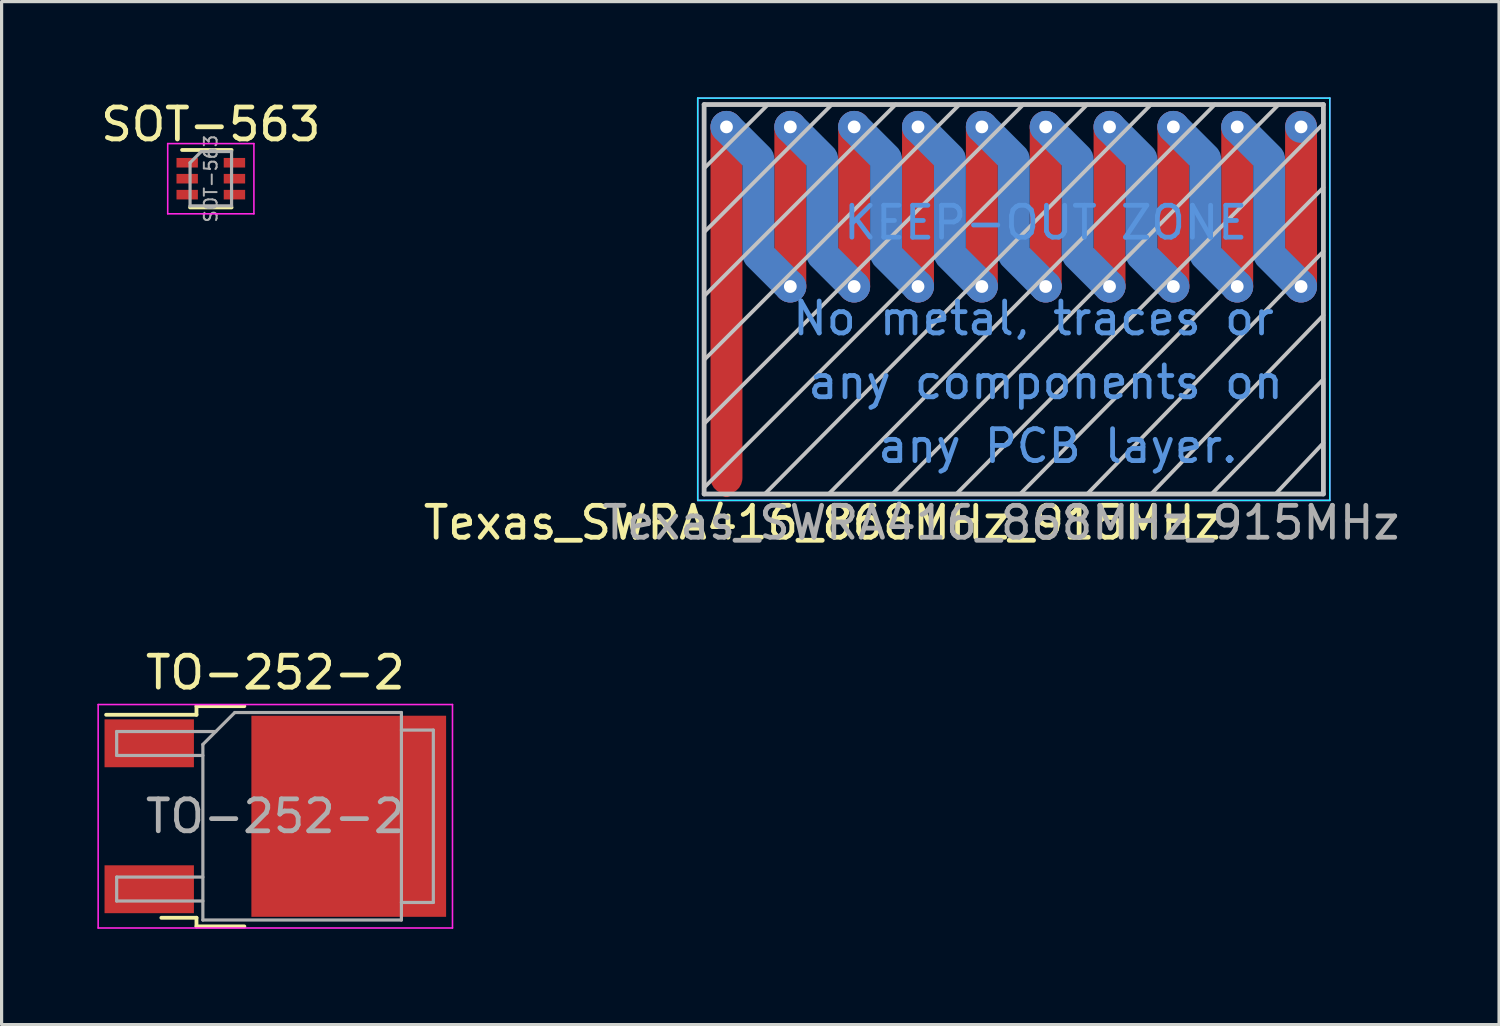
<source format=kicad_pcb>
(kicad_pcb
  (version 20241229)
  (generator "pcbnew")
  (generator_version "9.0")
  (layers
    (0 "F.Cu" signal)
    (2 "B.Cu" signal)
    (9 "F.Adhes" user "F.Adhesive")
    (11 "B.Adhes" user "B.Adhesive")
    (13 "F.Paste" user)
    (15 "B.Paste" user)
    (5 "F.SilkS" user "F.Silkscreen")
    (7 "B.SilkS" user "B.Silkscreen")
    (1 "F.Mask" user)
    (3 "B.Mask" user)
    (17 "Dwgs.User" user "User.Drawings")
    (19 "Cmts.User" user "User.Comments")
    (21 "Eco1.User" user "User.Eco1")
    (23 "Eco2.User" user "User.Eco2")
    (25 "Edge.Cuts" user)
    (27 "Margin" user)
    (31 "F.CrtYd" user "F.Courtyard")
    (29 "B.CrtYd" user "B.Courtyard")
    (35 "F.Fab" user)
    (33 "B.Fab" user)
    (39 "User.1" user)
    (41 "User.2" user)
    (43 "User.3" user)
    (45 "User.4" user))
  (footprint "SOT-563"
    (layer "F.Cu")
    (at 3.554 2.548)
    (property "Reference" "SOT-563" (at 0 -1.7 0) (layer "F.SilkS") (effects (font (size 1 1) (thickness 0.15))))
    (attr smd)
    (fp_line (start -0.9 -0.9) (end 0.65 -0.9) (stroke (width 0.12) (type solid)) (layer "F.SilkS"))
    (fp_line (start 0.65 0.9) (end -0.65 0.9) (stroke (width 0.12) (type solid)) (layer "F.SilkS"))
    (fp_line (start -1.35 -1.1) (end -1.35 1.1) (stroke (width 0.05) (type solid)) (layer "F.CrtYd"))
    (fp_line (start -1.35 -1.1) (end 1.35 -1.1) (stroke (width 0.05) (type solid)) (layer "F.CrtYd"))
    (fp_line (start 1.35 1.1) (end -1.35 1.1) (stroke (width 0.05) (type solid)) (layer "F.CrtYd"))
    (fp_line (start 1.35 1.1) (end 1.35 -1.1) (stroke (width 0.05) (type solid)) (layer "F.CrtYd"))
    (fp_line (start -0.65 -0.5) (end -0.65 0.85) (stroke (width 0.1) (type solid)) (layer "F.Fab"))
    (fp_line (start -0.65 -0.5) (end -0.3 -0.85) (stroke (width 0.1) (type solid)) (layer "F.Fab"))
    (fp_line (start -0.65 0.85) (end 0.65 0.85) (stroke (width 0.1) (type solid)) (layer "F.Fab"))
    (fp_line (start 0.65 -0.85) (end -0.3 -0.85) (stroke (width 0.1) (type solid)) (layer "F.Fab"))
    (fp_line (start 0.65 0.85) (end 0.65 -0.85) (stroke (width 0.1) (type solid)) (layer "F.Fab"))
    (fp_text user "${REFERENCE}" (at 0 0 90) (layer "F.Fab") (effects (font (size 0.4 0.4) (thickness 0.062))))
    (pad "1" smd rect (at -0.74 -0.5) (size 0.67 0.3) (layers "F.Cu" "F.Mask" "F.Paste"))
    (pad "2" smd rect (at -0.74 0) (size 0.67 0.3) (layers "F.Cu" "F.Mask" "F.Paste"))
    (pad "3" smd rect (at -0.74 0.5) (size 0.67 0.3) (layers "F.Cu" "F.Mask" "F.Paste"))
    (pad "4" smd rect (at 0.74 0.5) (size 0.67 0.3) (layers "F.Cu" "F.Mask" "F.Paste"))
    (pad "5" smd rect (at 0.74 0) (size 0.67 0.3) (layers "F.Cu" "F.Mask" "F.Paste"))
    (pad "6" smd rect (at 0.74 -0.5) (size 0.67 0.3) (layers "F.Cu" "F.Mask" "F.Paste")))
  (footprint "Texas_SWRA416_868MHz_915MHz"
    (layer "F.Cu")
    (at 28.708 6.725)
    (property "Reference" "Texas_SWRA416_868MHz_915MHz" (at -6 6.6 0) (layer "F.SilkS") (effects (font (size 1 1) (thickness 0.15))))
    (attr smd)
    (fp_line (start -9.7 -6.5) (end -9.7 5.7) (stroke (width 0.15) (type solid)) (layer "Dwgs.User"))
    (fp_line (start -9.7 -4.5) (end -7.7 -6.5) (stroke (width 0.12) (type solid)) (layer "Dwgs.User"))
    (fp_line (start -9.7 -2.5) (end -5.7 -6.5) (stroke (width 0.12) (type solid)) (layer "Dwgs.User"))
    (fp_line (start -9.7 -0.5) (end -3.7 -6.5) (stroke (width 0.12) (type solid)) (layer "Dwgs.User"))
    (fp_line (start -9.7 1.5) (end -1.7 -6.5) (stroke (width 0.12) (type solid)) (layer "Dwgs.User"))
    (fp_line (start -9.7 3.5) (end 0.3 -6.5) (stroke (width 0.12) (type solid)) (layer "Dwgs.User"))
    (fp_line (start -9.7 5.5) (end 2.3 -6.5) (stroke (width 0.12) (type solid)) (layer "Dwgs.User"))
    (fp_line (start -9.7 5.7) (end 9.7 5.7) (stroke (width 0.15) (type solid)) (layer "Dwgs.User"))
    (fp_line (start 4.3 -6.5) (end -7.8 5.7) (stroke (width 0.12) (type solid)) (layer "Dwgs.User"))
    (fp_line (start 6.3 -6.5) (end -5.8 5.7) (stroke (width 0.12) (type solid)) (layer "Dwgs.User"))
    (fp_line (start 8.3 -6.5) (end -3.8 5.7) (stroke (width 0.12) (type solid)) (layer "Dwgs.User"))
    (fp_line (start 9.7 -6.5) (end -9.7 -6.5) (stroke (width 0.15) (type solid)) (layer "Dwgs.User"))
    (fp_line (start 9.7 -5.9) (end -1.8 5.7) (stroke (width 0.12) (type solid)) (layer "Dwgs.User"))
    (fp_line (start 9.7 -3.9) (end 0.2 5.7) (stroke (width 0.12) (type solid)) (layer "Dwgs.User"))
    (fp_line (start 9.7 -1.9) (end 2.3 5.7) (stroke (width 0.12) (type solid)) (layer "Dwgs.User"))
    (fp_line (start 9.7 0.1) (end 4.3 5.7) (stroke (width 0.12) (type solid)) (layer "Dwgs.User"))
    (fp_line (start 9.7 2.1) (end 6.2 5.7) (stroke (width 0.12) (type solid)) (layer "Dwgs.User"))
    (fp_line (start 9.7 4.1) (end 8.2 5.7) (stroke (width 0.12) (type solid)) (layer "Dwgs.User"))
    (fp_line (start 9.7 5.7) (end 9.7 -6.5) (stroke (width 0.15) (type solid)) (layer "Dwgs.User"))
    (fp_line (start -9.9 -6.7) (end -9.9 5.9) (stroke (width 0.05) (type solid)) (layer "B.CrtYd"))
    (fp_line (start -9.9 5.9) (end 9.9 5.9) (stroke (width 0.05) (type solid)) (layer "B.CrtYd"))
    (fp_line (start 9.9 -6.7) (end -9.9 -6.7) (stroke (width 0.05) (type solid)) (layer "B.CrtYd"))
    (fp_line (start 9.9 5.9) (end 9.9 -6.7) (stroke (width 0.05) (type solid)) (layer "B.CrtYd"))
    (fp_line (start -9.9 -6.7) (end -9.9 5.9) (stroke (width 0.05) (type solid)) (layer "F.CrtYd"))
    (fp_line (start -9.9 5.9) (end 9.9 5.9) (stroke (width 0.05) (type solid)) (layer "F.CrtYd"))
    (fp_line (start 9.9 -6.7) (end -9.9 -6.7) (stroke (width 0.05) (type solid)) (layer "F.CrtYd"))
    (fp_line (start 9.9 5.9) (end 9.9 -6.7) (stroke (width 0.05) (type solid)) (layer "F.CrtYd"))
    (fp_text user "KEEP-OUT ZONE" (at 1 -2.8 0) (layer "Cmts.User") (effects (font (size 1 1) (thickness 0.15))))
    (fp_text user "No metal, traces or " (at 1 0.2 0) (layer "Cmts.User") (effects (font (size 1 1) (thickness 0.15))))
    (fp_text user " any PCB layer." (at 1 4.2 0) (layer "Cmts.User") (effects (font (size 1 1) (thickness 0.15))))
    (fp_text user "any components on" (at 1 2.2 0) (layer "Cmts.User") (effects (font (size 1 1) (thickness 0.15))))
    (fp_text user "${REFERENCE}" (at -0.4 6.6 0) (layer "F.Fab") (effects (font (size 1 1) (thickness 0.15))))
    (pad "1" thru_hole circle (at -9 -5.8 180) (size 1 1) (drill 0.4) (layers "*.Cu"))
    (pad "1" smd custom (at -9 5.6) (size 0.4 0.8) (rect_delta 0 0.3) (layers "F.Cu") (options (anchor circle)) (primitives (gr_line (start 0 -0.4) (end 0 -11.4) (width 1))))
    (pad "1" smd custom (at -8 -3.8) (size 0.6 0.6) (layers "B.Cu") (options (anchor circle)) (primitives (gr_line (start 0 -1) (end 0 2) (width 1)) (gr_line (start -1 -2) (end 0 -1) (width 1)) (gr_line (start 0 2) (end 1 3) (width 1))))
    (pad "1" thru_hole circle (at -7 -5.8 180) (size 1 1) (drill 0.4) (layers "*.Cu"))
    (pad "1" smd custom (at -7 -3.4) (size 0.6 0.6) (layers "F.Cu") (options (anchor circle)) (primitives (gr_line (start 0 -2.4) (end 0 2.6) (width 1))))
    (pad "1" thru_hole circle (at -7 -0.8 180) (size 1 1) (drill 0.4) (layers "*.Cu"))
    (pad "1" smd custom (at -6 -3.8) (size 0.6 0.6) (layers "B.Cu") (options (anchor circle)) (primitives (gr_line (start -1 -2) (end 0 -1) (width 1)) (gr_line (start 0 2) (end 1 3) (width 1)) (gr_line (start 0 -1) (end 0 2) (width 1))))
    (pad "1" thru_hole circle (at -5 -5.8 180) (size 1 1) (drill 0.4) (layers "*.Cu"))
    (pad "1" smd custom (at -5 -3.4) (size 0.6 0.6) (layers "F.Cu") (options (anchor circle)) (primitives (gr_line (start 0 -2.4) (end 0 2.6) (width 1))))
    (pad "1" thru_hole circle (at -5 -0.8 180) (size 1 1) (drill 0.4) (layers "*.Cu"))
    (pad "1" smd custom (at -4 -3.8) (size 0.6 0.6) (layers "B.Cu") (options (anchor circle)) (primitives (gr_line (start 0 -1) (end 0 2) (width 1)) (gr_line (start -1 -2) (end 0 -1) (width 1)) (gr_line (start 0 2) (end 1 3) (width 1))))
    (pad "1" thru_hole circle (at -3 -5.8 180) (size 1 1) (drill 0.4) (layers "*.Cu"))
    (pad "1" smd custom (at -3 -3.4) (size 0.6 0.6) (layers "F.Cu") (options (anchor circle)) (primitives (gr_line (start 0 -2.4) (end 0 2.6) (width 1))))
    (pad "1" thru_hole circle (at -3 -0.8 180) (size 1 1) (drill 0.4) (layers "*.Cu"))
    (pad "1" smd custom (at -2 -3.8) (size 0.6 0.6) (layers "B.Cu") (options (anchor circle)) (primitives (gr_line (start -1 -2) (end 0 -1) (width 1)) (gr_line (start 0 -1) (end 0 2) (width 1)) (gr_line (start 0 2) (end 1 3) (width 1))))
    (pad "1" thru_hole circle (at -1 -5.8 180) (size 1 1) (drill 0.4) (layers "*.Cu"))
    (pad "1" smd custom (at -1 -3.4) (size 0.6 0.6) (layers "F.Cu") (options (anchor circle)) (primitives (gr_line (start 0 -2.4) (end 0 2.6) (width 1))))
    (pad "1" thru_hole circle (at -1 -0.8 180) (size 1 1) (drill 0.4) (layers "*.Cu"))
    (pad "1" smd custom (at 0 -3.8) (size 0.6 0.6) (layers "B.Cu") (options (anchor circle)) (primitives (gr_line (start 0 2) (end 1 3) (width 1)) (gr_line (start -1 -2) (end 0 -1) (width 1)) (gr_line (start 0 -1) (end 0 2) (width 1))))
    (pad "1" thru_hole circle (at 1 -5.8 180) (size 1 1) (drill 0.4) (layers "*.Cu"))
    (pad "1" smd custom (at 1 -3.4) (size 0.6 0.6) (layers "F.Cu") (options (anchor circle)) (primitives (gr_line (start 0 -2.4) (end 0 2.6) (width 1))))
    (pad "1" thru_hole circle (at 1 -0.8 180) (size 1 1) (drill 0.4) (layers "*.Cu"))
    (pad "1" smd custom (at 2 -3.8) (size 0.6 0.6) (layers "B.Cu") (options (anchor circle)) (primitives (gr_line (start 0 -1) (end 0 2) (width 1)) (gr_line (start -1 -2) (end 0 -1) (width 1)) (gr_line (start 0 2) (end 1 3) (width 1))))
    (pad "1" thru_hole circle (at 3 -5.8 180) (size 1 1) (drill 0.4) (layers "*.Cu"))
    (pad "1" smd custom (at 3 -3.4) (size 0.6 0.6) (layers "F.Cu") (options (anchor circle)) (primitives (gr_line (start 0 -2.4) (end 0 2.6) (width 1))))
    (pad "1" thru_hole circle (at 3 -0.8 180) (size 1 1) (drill 0.4) (layers "*.Cu"))
    (pad "1" smd custom (at 4 -3.8) (size 0.6 0.6) (layers "B.Cu") (options (anchor circle)) (primitives (gr_line (start 0 -1) (end 0 2) (width 1)) (gr_line (start -1 -2) (end 0 -1) (width 1)) (gr_line (start 0 2) (end 1 3) (width 1))))
    (pad "1" thru_hole circle (at 5 -5.8 180) (size 1 1) (drill 0.4) (layers "*.Cu"))
    (pad "1" smd custom (at 5 -3.4) (size 0.6 0.6) (layers "F.Cu") (options (anchor circle)) (primitives (gr_line (start 0 -2.4) (end 0 2.6) (width 1))))
    (pad "1" thru_hole circle (at 5 -0.8 180) (size 1 1) (drill 0.4) (layers "*.Cu"))
    (pad "1" smd custom (at 6 -3.8) (size 0.6 0.6) (layers "B.Cu") (options (anchor circle)) (primitives (gr_line (start -1 -2) (end 0 -1) (width 1)) (gr_line (start 0 2) (end 1 3) (width 1)) (gr_line (start 0 -1) (end 0 2) (width 1))))
    (pad "1" thru_hole circle (at 7 -5.8 180) (size 1 1) (drill 0.4) (layers "*.Cu"))
    (pad "1" smd custom (at 7 -3.4) (size 0.6 0.6) (layers "F.Cu") (options (anchor circle)) (primitives (gr_line (start 0 -2.4) (end 0 2.6) (width 1))))
    (pad "1" thru_hole circle (at 7 -0.8 180) (size 1 1) (drill 0.4) (layers "*.Cu"))
    (pad "1" smd custom (at 8 -3.8) (size 0.6 0.6) (layers "B.Cu") (options (anchor circle)) (primitives (gr_line (start -1 -2) (end 0 -1) (width 1)) (gr_line (start 0 -1) (end 0 2) (width 1)) (gr_line (start 0 2) (end 1 3) (width 1))))
    (pad "1" thru_hole circle (at 9 -5.8 180) (size 1 1) (drill 0.4) (layers "*.Cu"))
    (pad "1" smd custom (at 9 -3.4) (size 0.6 0.6) (layers "F.Cu") (options (anchor circle)) (primitives (gr_line (start 0 -2.4) (end 0 2.6) (width 1))))
    (pad "1" thru_hole circle (at 9 -0.8 180) (size 1 1) (drill 0.4) (layers "*.Cu")))
  (footprint "TO-252-2"
    (layer "F.Cu")
    (at 5.575 22.521)
    (property "Reference" "TO-252-2" (at 0 -4.5 0) (layer "F.SilkS") (effects (font (size 1 1) (thickness 0.15))))
    (attr smd)
    (fp_line (start -2.47 -3.45) (end -2.47 -3.18) (stroke (width 0.12) (type solid)) (layer "F.SilkS"))
    (fp_line (start -2.47 -3.18) (end -5.3 -3.18) (stroke (width 0.12) (type solid)) (layer "F.SilkS"))
    (fp_line (start -2.47 3.18) (end -3.57 3.18) (stroke (width 0.12) (type solid)) (layer "F.SilkS"))
    (fp_line (start -2.47 3.45) (end -2.47 3.18) (stroke (width 0.12) (type solid)) (layer "F.SilkS"))
    (fp_line (start -0.97 -3.45) (end -2.47 -3.45) (stroke (width 0.12) (type solid)) (layer "F.SilkS"))
    (fp_line (start -0.97 3.45) (end -2.47 3.45) (stroke (width 0.12) (type solid)) (layer "F.SilkS"))
    (fp_line (start -5.55 -3.5) (end -5.55 3.5) (stroke (width 0.05) (type solid)) (layer "F.CrtYd"))
    (fp_line (start -5.55 3.5) (end 5.55 3.5) (stroke (width 0.05) (type solid)) (layer "F.CrtYd"))
    (fp_line (start 5.55 -3.5) (end -5.55 -3.5) (stroke (width 0.05) (type solid)) (layer "F.CrtYd"))
    (fp_line (start 5.55 3.5) (end 5.55 -3.5) (stroke (width 0.05) (type solid)) (layer "F.CrtYd"))
    (fp_line (start -4.97 -2.655) (end -4.97 -1.905) (stroke (width 0.1) (type solid)) (layer "F.Fab"))
    (fp_line (start -4.97 -1.905) (end -2.27 -1.905) (stroke (width 0.1) (type solid)) (layer "F.Fab"))
    (fp_line (start -4.97 1.905) (end -4.97 2.655) (stroke (width 0.1) (type solid)) (layer "F.Fab"))
    (fp_line (start -4.97 2.655) (end -2.27 2.655) (stroke (width 0.1) (type solid)) (layer "F.Fab"))
    (fp_line (start -2.27 -2.25) (end -1.27 -3.25) (stroke (width 0.1) (type solid)) (layer "F.Fab"))
    (fp_line (start -2.27 1.905) (end -4.97 1.905) (stroke (width 0.1) (type solid)) (layer "F.Fab"))
    (fp_line (start -2.27 3.25) (end -2.27 -2.25) (stroke (width 0.1) (type solid)) (layer "F.Fab"))
    (fp_line (start -1.865 -2.655) (end -4.97 -2.655) (stroke (width 0.1) (type solid)) (layer "F.Fab"))
    (fp_line (start -1.27 -3.25) (end 3.95 -3.25) (stroke (width 0.1) (type solid)) (layer "F.Fab"))
    (fp_line (start 3.95 -3.25) (end 3.95 3.25) (stroke (width 0.1) (type solid)) (layer "F.Fab"))
    (fp_line (start 3.95 -2.7) (end 4.95 -2.7) (stroke (width 0.1) (type solid)) (layer "F.Fab"))
    (fp_line (start 3.95 3.25) (end -2.27 3.25) (stroke (width 0.1) (type solid)) (layer "F.Fab"))
    (fp_line (start 4.95 -2.7) (end 4.95 2.7) (stroke (width 0.1) (type solid)) (layer "F.Fab"))
    (fp_line (start 4.95 2.7) (end 3.95 2.7) (stroke (width 0.1) (type solid)) (layer "F.Fab"))
    (fp_text user "${REFERENCE}" (at 0 0 0) (layer "F.Fab") (effects (font (size 1 1) (thickness 0.15))))
    (pad "" smd rect (at 0.68 -1.65) (size 2.85 3) (layers "F.Paste"))
    (pad "" smd rect (at 0.68 1.64) (size 2.85 3) (layers "F.Paste"))
    (pad "" smd rect (at 3.9 -1.67) (size 2.85 3) (layers "F.Paste"))
    (pad "" smd rect (at 3.9 1.62) (size 2.85 3) (layers "F.Paste"))
    (pad "1" smd rect (at -3.95 -2.286) (size 2.8 1.5) (layers "F.Cu" "F.Mask" "F.Paste"))
    (pad "2" smd rect (at 2.3 0) (size 6.1 6.3) (layers "F.Cu" "F.Mask"))
    (pad "3" smd rect (at -3.95 2.286) (size 2.8 1.5) (layers "F.Cu" "F.Mask" "F.Paste")))
  (gr_rect
    (start -3 -3)
    (end 43.91 29.047)
    (stroke (width 0.1) (type default))
    (fill no)
    (layer "Edge.Cuts")))
</source>
